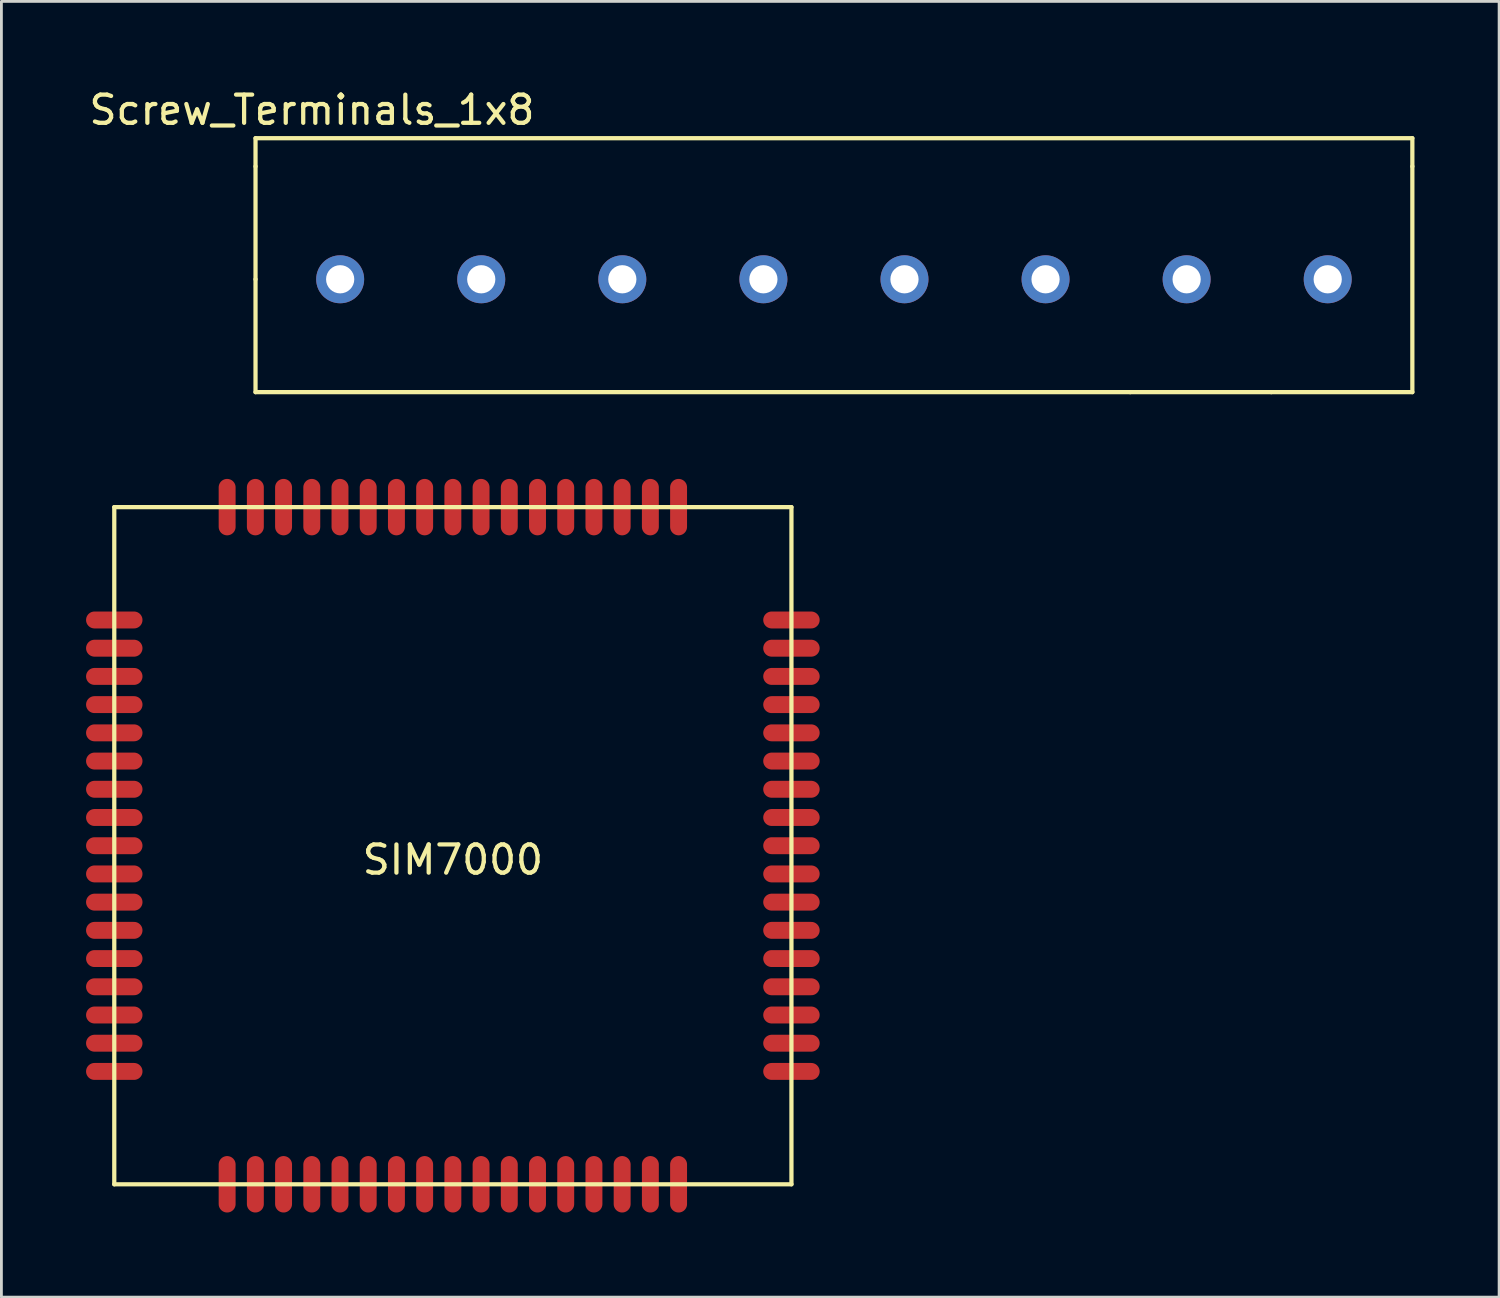
<source format=kicad_pcb>
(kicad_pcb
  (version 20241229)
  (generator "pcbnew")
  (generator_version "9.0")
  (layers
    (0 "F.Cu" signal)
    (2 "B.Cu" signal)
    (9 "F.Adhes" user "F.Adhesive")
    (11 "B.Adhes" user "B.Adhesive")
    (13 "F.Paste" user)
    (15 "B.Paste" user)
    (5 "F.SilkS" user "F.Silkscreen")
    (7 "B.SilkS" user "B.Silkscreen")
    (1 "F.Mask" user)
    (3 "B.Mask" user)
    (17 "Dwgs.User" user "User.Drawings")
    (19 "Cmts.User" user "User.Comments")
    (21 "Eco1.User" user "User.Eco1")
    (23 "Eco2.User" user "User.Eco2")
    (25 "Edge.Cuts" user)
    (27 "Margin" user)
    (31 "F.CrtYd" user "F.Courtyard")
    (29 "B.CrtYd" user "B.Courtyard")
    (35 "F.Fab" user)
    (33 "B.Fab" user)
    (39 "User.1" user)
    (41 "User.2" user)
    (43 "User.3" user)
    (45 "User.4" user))
  (footprint "SIM7000"
    (layer "F.Cu")
    (at 13 26.923)
    (property "Reference" "SIM7000" (at 0 0.5 0) (layer "F.SilkS") (effects (font (size 1 1) (thickness 0.15))))
    (attr through_hole)
    (fp_line (start -12 -12) (end 12 -12) (stroke (width 0.15) (type solid)) (layer "F.SilkS"))
    (fp_line (start -12 12) (end -12 -12) (stroke (width 0.15) (type solid)) (layer "F.SilkS"))
    (fp_line (start 12 -12) (end 12 12) (stroke (width 0.15) (type solid)) (layer "F.SilkS"))
    (fp_line (start 12 12) (end -12 12) (stroke (width 0.15) (type solid)) (layer "F.SilkS"))
    (pad "1" smd oval (at -12 -8 90) (size 0.6 2) (layers "F.Cu" "F.Mask" "F.Paste"))
    (pad "2" smd oval (at -12 -7 90) (size 0.6 2) (layers "F.Cu" "F.Mask" "F.Paste"))
    (pad "3" smd oval (at -12 -6 90) (size 0.6 2) (layers "F.Cu" "F.Mask" "F.Paste"))
    (pad "4" smd oval (at -12 -5 90) (size 0.6 2) (layers "F.Cu" "F.Mask" "F.Paste"))
    (pad "5" smd oval (at -12 -4 90) (size 0.6 2) (layers "F.Cu" "F.Mask" "F.Paste"))
    (pad "6" smd oval (at -12 -3 90) (size 0.6 2) (layers "F.Cu" "F.Mask" "F.Paste"))
    (pad "7" smd oval (at -12 -2 90) (size 0.6 2) (layers "F.Cu" "F.Mask" "F.Paste"))
    (pad "8" smd oval (at -12 -1 90) (size 0.6 2) (layers "F.Cu" "F.Mask" "F.Paste"))
    (pad "9" smd oval (at -12 0 90) (size 0.6 2) (layers "F.Cu" "F.Mask" "F.Paste"))
    (pad "10" smd oval (at -12 1 90) (size 0.6 2) (layers "F.Cu" "F.Mask" "F.Paste"))
    (pad "11" smd oval (at -12 2 90) (size 0.6 2) (layers "F.Cu" "F.Mask" "F.Paste"))
    (pad "12" smd oval (at -12 3 90) (size 0.6 2) (layers "F.Cu" "F.Mask" "F.Paste"))
    (pad "13" smd oval (at -12 4 90) (size 0.6 2) (layers "F.Cu" "F.Mask" "F.Paste"))
    (pad "14" smd oval (at -12 5 90) (size 0.6 2) (layers "F.Cu" "F.Mask" "F.Paste"))
    (pad "15" smd oval (at -12 6 90) (size 0.6 2) (layers "F.Cu" "F.Mask" "F.Paste"))
    (pad "16" smd oval (at -12 7 90) (size 0.6 2) (layers "F.Cu" "F.Mask" "F.Paste"))
    (pad "17" smd oval (at -12 8 90) (size 0.6 2) (layers "F.Cu" "F.Mask" "F.Paste"))
    (pad "18" smd oval (at -8 12) (size 0.6 2) (layers "F.Cu" "F.Mask" "F.Paste"))
    (pad "19" smd oval (at -7 12) (size 0.6 2) (layers "F.Cu" "F.Mask" "F.Paste"))
    (pad "20" smd oval (at -6 12) (size 0.6 2) (layers "F.Cu" "F.Mask" "F.Paste"))
    (pad "21" smd oval (at -5 12) (size 0.6 2) (layers "F.Cu" "F.Mask" "F.Paste"))
    (pad "22" smd oval (at -4 12) (size 0.6 2) (layers "F.Cu" "F.Mask" "F.Paste"))
    (pad "23" smd oval (at -3 12) (size 0.6 2) (layers "F.Cu" "F.Mask" "F.Paste"))
    (pad "24" smd oval (at -2 12) (size 0.6 2) (layers "F.Cu" "F.Mask" "F.Paste"))
    (pad "25" smd oval (at -1 12) (size 0.6 2) (layers "F.Cu" "F.Mask" "F.Paste"))
    (pad "26" smd oval (at 0 12) (size 0.6 2) (layers "F.Cu" "F.Mask" "F.Paste"))
    (pad "27" smd oval (at 1 12) (size 0.6 2) (layers "F.Cu" "F.Mask" "F.Paste"))
    (pad "28" smd oval (at 2 12) (size 0.6 2) (layers "F.Cu" "F.Mask" "F.Paste"))
    (pad "29" smd oval (at 3 12) (size 0.6 2) (layers "F.Cu" "F.Mask" "F.Paste"))
    (pad "30" smd oval (at 4 12) (size 0.6 2) (layers "F.Cu" "F.Mask" "F.Paste"))
    (pad "31" smd oval (at 5 12) (size 0.6 2) (layers "F.Cu" "F.Mask" "F.Paste"))
    (pad "32" smd oval (at 6 12) (size 0.6 2) (layers "F.Cu" "F.Mask" "F.Paste"))
    (pad "33" smd oval (at 7 12) (size 0.6 2) (layers "F.Cu" "F.Mask" "F.Paste"))
    (pad "34" smd oval (at 8 12) (size 0.6 2) (layers "F.Cu" "F.Mask" "F.Paste"))
    (pad "35" smd oval (at 12 8 90) (size 0.6 2) (layers "F.Cu" "F.Mask" "F.Paste"))
    (pad "36" smd oval (at 12 7 90) (size 0.6 2) (layers "F.Cu" "F.Mask" "F.Paste"))
    (pad "37" smd oval (at 12 6 90) (size 0.6 2) (layers "F.Cu" "F.Mask" "F.Paste"))
    (pad "38" smd oval (at 12 5 90) (size 0.6 2) (layers "F.Cu" "F.Mask" "F.Paste"))
    (pad "39" smd oval (at 12 4 90) (size 0.6 2) (layers "F.Cu" "F.Mask" "F.Paste"))
    (pad "40" smd oval (at 12 3 90) (size 0.6 2) (layers "F.Cu" "F.Mask" "F.Paste"))
    (pad "41" smd oval (at 12 2 90) (size 0.6 2) (layers "F.Cu" "F.Mask" "F.Paste"))
    (pad "42" smd oval (at 12 1 90) (size 0.6 2) (layers "F.Cu" "F.Mask" "F.Paste"))
    (pad "43" smd oval (at 12 0 90) (size 0.6 2) (layers "F.Cu" "F.Mask" "F.Paste"))
    (pad "44" smd oval (at 12 -1 90) (size 0.6 2) (layers "F.Cu" "F.Mask" "F.Paste"))
    (pad "45" smd oval (at 12 -2 90) (size 0.6 2) (layers "F.Cu" "F.Mask" "F.Paste"))
    (pad "46" smd oval (at 12 -3 90) (size 0.6 2) (layers "F.Cu" "F.Mask" "F.Paste"))
    (pad "47" smd oval (at 12 -4 90) (size 0.6 2) (layers "F.Cu" "F.Mask" "F.Paste"))
    (pad "48" smd oval (at 12 -5 90) (size 0.6 2) (layers "F.Cu" "F.Mask" "F.Paste"))
    (pad "49" smd oval (at 12 -6 90) (size 0.6 2) (layers "F.Cu" "F.Mask" "F.Paste"))
    (pad "50" smd oval (at 12 -7 90) (size 0.6 2) (layers "F.Cu" "F.Mask" "F.Paste"))
    (pad "51" smd oval (at 12 -8 90) (size 0.6 2) (layers "F.Cu" "F.Mask" "F.Paste"))
    (pad "52" smd oval (at 8 -12) (size 0.6 2) (layers "F.Cu" "F.Mask" "F.Paste"))
    (pad "53" smd oval (at 7 -12) (size 0.6 2) (layers "F.Cu" "F.Mask" "F.Paste"))
    (pad "54" smd oval (at 6 -12) (size 0.6 2) (layers "F.Cu" "F.Mask" "F.Paste"))
    (pad "55" smd oval (at 5 -12) (size 0.6 2) (layers "F.Cu" "F.Mask" "F.Paste"))
    (pad "56" smd oval (at 4 -12) (size 0.6 2) (layers "F.Cu" "F.Mask" "F.Paste"))
    (pad "57" smd oval (at 3 -12) (size 0.6 2) (layers "F.Cu" "F.Mask" "F.Paste"))
    (pad "58" smd oval (at 2 -12) (size 0.6 2) (layers "F.Cu" "F.Mask" "F.Paste"))
    (pad "59" smd oval (at 1 -12) (size 0.6 2) (layers "F.Cu" "F.Mask" "F.Paste"))
    (pad "60" smd oval (at 0 -12) (size 0.6 2) (layers "F.Cu" "F.Mask" "F.Paste"))
    (pad "61" smd oval (at -1 -12) (size 0.6 2) (layers "F.Cu" "F.Mask" "F.Paste"))
    (pad "62" smd oval (at -2 -12) (size 0.6 2) (layers "F.Cu" "F.Mask" "F.Paste"))
    (pad "63" smd oval (at -3 -12) (size 0.6 2) (layers "F.Cu" "F.Mask" "F.Paste"))
    (pad "64" smd oval (at -4 -12) (size 0.6 2) (layers "F.Cu" "F.Mask" "F.Paste"))
    (pad "65" smd oval (at -5 -12) (size 0.6 2) (layers "F.Cu" "F.Mask" "F.Paste"))
    (pad "66" smd oval (at -6 -12) (size 0.6 2) (layers "F.Cu" "F.Mask" "F.Paste"))
    (pad "67" smd oval (at -7 -12) (size 0.6 2) (layers "F.Cu" "F.Mask" "F.Paste"))
    (pad "68" smd oval (at -8 -12) (size 0.6 2) (layers "F.Cu" "F.Mask" "F.Paste")))
  (footprint "Screw_Terminals_1x8"
    (layer "F.Cu")
    (at 9.006 6.848)
    (property "Reference" "Screw_Terminals_1x8" (at -1 -6 0) (layer "F.SilkS") (effects (font (size 1 1) (thickness 0.15))))
    (attr through_hole)
    (fp_line (start -3 -5) (end -3 -4) (stroke (width 0.15) (type solid)) (layer "F.SilkS"))
    (fp_line (start -3 -4) (end -3 0) (stroke (width 0.15) (type solid)) (layer "F.SilkS"))
    (fp_line (start -3 0) (end -3 4) (stroke (width 0.15) (type solid)) (layer "F.SilkS"))
    (fp_line (start -3 4) (end 28 4) (stroke (width 0.15) (type solid)) (layer "F.SilkS"))
    (fp_line (start 28 4) (end 33 4) (stroke (width 0.15) (type solid)) (layer "F.SilkS"))
    (fp_line (start 38 -5) (end -3 -5) (stroke (width 0.15) (type solid)) (layer "F.SilkS"))
    (fp_line (start 38 -4) (end 38 -5) (stroke (width 0.15) (type solid)) (layer "F.SilkS"))
    (fp_line (start 38 -4) (end 38 4) (stroke (width 0.15) (type solid)) (layer "F.SilkS"))
    (fp_line (start 38 4) (end 33 4) (stroke (width 0.15) (type solid)) (layer "F.SilkS"))
    (pad "1" thru_hole circle (at 0 0) (size 1.7 1.7) (drill 1) (layers "*.Cu" "*.Mask"))
    (pad "2" thru_hole circle (at 5 0) (size 1.7 1.7) (drill 1) (layers "*.Cu" "*.Mask"))
    (pad "3" thru_hole circle (at 10 0) (size 1.7 1.7) (drill 1) (layers "*.Cu" "*.Mask"))
    (pad "4" thru_hole circle (at 15 0) (size 1.7 1.7) (drill 1) (layers "*.Cu" "*.Mask"))
    (pad "5" thru_hole circle (at 20 0) (size 1.7 1.7) (drill 1) (layers "*.Cu" "*.Mask"))
    (pad "6" thru_hole circle (at 25 0) (size 1.7 1.7) (drill 1) (layers "*.Cu" "*.Mask"))
    (pad "7" thru_hole circle (at 30 0) (size 1.7 1.7) (drill 1) (layers "*.Cu" "*.Mask"))
    (pad "8" thru_hole circle (at 35 0) (size 1.7 1.7) (drill 1) (layers "*.Cu" "*.Mask")))
  (gr_rect
    (start -3 -3)
    (end 50.081 42.923)
    (stroke (width 0.1) (type default))
    (fill no)
    (layer "Edge.Cuts")))
</source>
